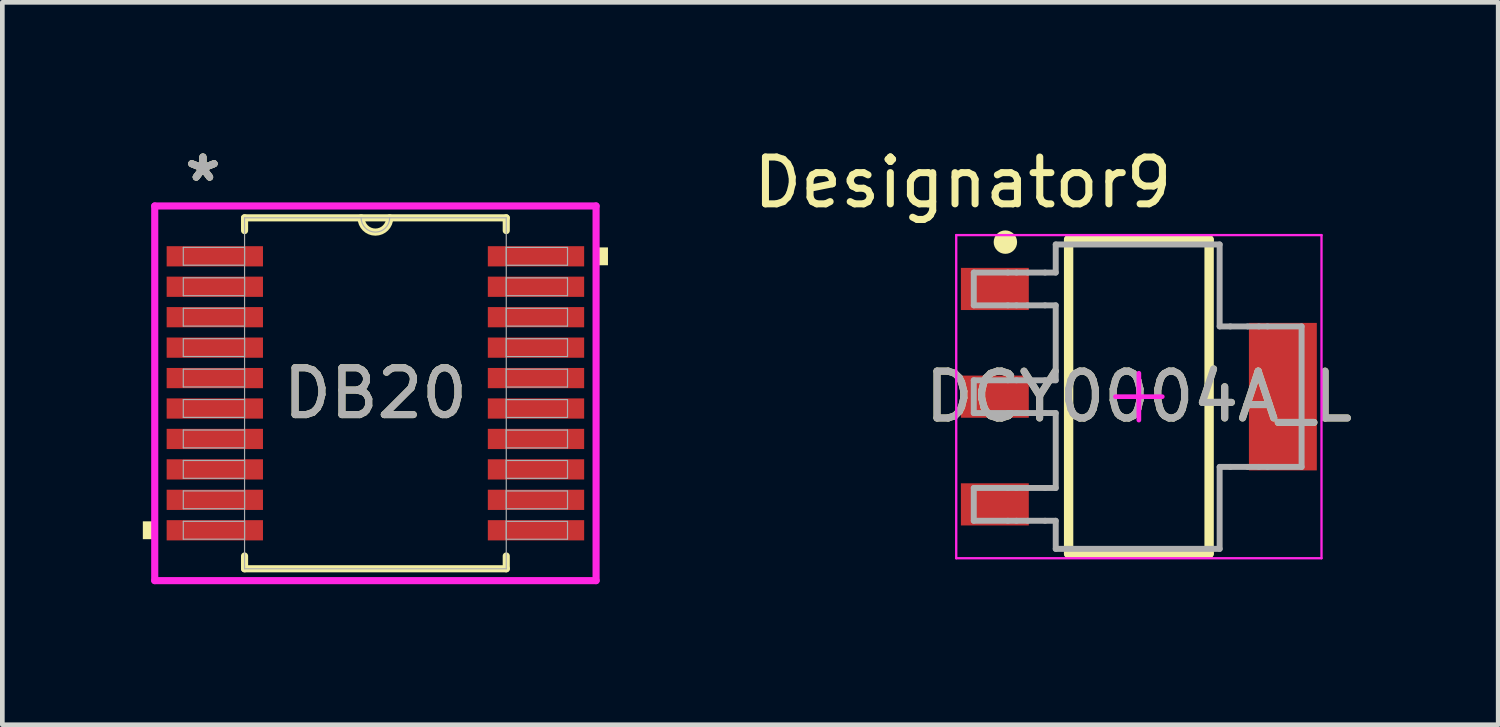
<source format=kicad_pcb>
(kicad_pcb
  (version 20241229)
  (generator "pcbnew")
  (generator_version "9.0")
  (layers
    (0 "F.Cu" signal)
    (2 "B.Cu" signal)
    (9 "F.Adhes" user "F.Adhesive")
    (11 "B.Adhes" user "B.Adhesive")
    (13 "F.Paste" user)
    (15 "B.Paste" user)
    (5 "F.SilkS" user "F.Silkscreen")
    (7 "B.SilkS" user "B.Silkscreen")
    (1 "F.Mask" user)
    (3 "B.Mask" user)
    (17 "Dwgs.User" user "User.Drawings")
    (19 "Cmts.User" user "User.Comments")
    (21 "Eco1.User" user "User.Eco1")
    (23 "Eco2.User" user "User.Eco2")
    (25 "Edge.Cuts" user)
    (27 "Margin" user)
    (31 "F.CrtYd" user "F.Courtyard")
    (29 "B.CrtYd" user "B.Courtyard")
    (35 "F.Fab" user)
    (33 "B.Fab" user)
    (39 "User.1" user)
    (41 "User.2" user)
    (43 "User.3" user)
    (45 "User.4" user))
  (footprint "DCY0004A_L"
    (layer "F.Cu")
    (at 21.268 5.42)
    (property "Reference" "DCY0004A_L" (at 0 0 0) (unlocked yes) (layer "F.SilkS") (effects (font (size 1 1) (thickness 0.15))))
    (attr smd)
    (fp_line (start -1.5 -3.35) (end 1.5 -3.35) (stroke (width 0.2) (type solid)) (layer "F.SilkS"))
    (fp_line (start -1.5 3.35) (end -1.5 -3.35) (stroke (width 0.2) (type solid)) (layer "F.SilkS"))
    (fp_line (start -1.5 3.35) (end 1.5 3.35) (stroke (width 0.2) (type solid)) (layer "F.SilkS"))
    (fp_line (start 1.5 3.35) (end 1.5 -3.35) (stroke (width 0.2) (type solid)) (layer "F.SilkS"))
    (fp_circle (center -2.85 -3.3) (end -2.725 -3.3) (stroke (width 0.25) (type solid)) (fill no) (layer "F.SilkS"))
    (fp_line (start -3.9 -3.45) (end 3.9 -3.45) (stroke (width 0.05) (type solid)) (layer "F.CrtYd"))
    (fp_line (start -3.9 3.45) (end -3.9 -3.45) (stroke (width 0.05) (type solid)) (layer "F.CrtYd"))
    (fp_line (start -3.9 3.45) (end 3.9 3.45) (stroke (width 0.05) (type solid)) (layer "F.CrtYd"))
    (fp_line (start -0.5 0) (end 0.5 0) (stroke (width 0.1) (type solid)) (layer "F.CrtYd"))
    (fp_line (start 0 0.5) (end 0 -0.5) (stroke (width 0.1) (type solid)) (layer "F.CrtYd"))
    (fp_line (start 3.9 3.45) (end 3.9 -3.45) (stroke (width 0.05) (type solid)) (layer "F.CrtYd"))
    (fp_line (start -3.525 -2.65) (end -2.797 -2.65) (stroke (width 0.127) (type solid)) (layer "F.Fab"))
    (fp_line (start -3.525 -1.95) (end -3.525 -2.65) (stroke (width 0.127) (type solid)) (layer "F.Fab"))
    (fp_line (start -3.525 -1.95) (end -2.797 -1.95) (stroke (width 0.127) (type solid)) (layer "F.Fab"))
    (fp_line (start -3.525 -0.35) (end -2.797 -0.35) (stroke (width 0.127) (type solid)) (layer "F.Fab"))
    (fp_line (start -3.525 0.35) (end -3.525 -0.35) (stroke (width 0.127) (type solid)) (layer "F.Fab"))
    (fp_line (start -3.525 0.35) (end -2.797 0.35) (stroke (width 0.127) (type solid)) (layer "F.Fab"))
    (fp_line (start -3.525 1.95) (end -2.797 1.95) (stroke (width 0.127) (type solid)) (layer "F.Fab"))
    (fp_line (start -3.525 2.65) (end -3.525 1.95) (stroke (width 0.127) (type solid)) (layer "F.Fab"))
    (fp_line (start -3.525 2.65) (end -2.797 2.65) (stroke (width 0.127) (type solid)) (layer "F.Fab"))
    (fp_line (start -2.797 -2.65) (end -2.612 -2.65) (stroke (width 0.127) (type solid)) (layer "F.Fab"))
    (fp_line (start -2.797 -1.95) (end -2.612 -1.95) (stroke (width 0.127) (type solid)) (layer "F.Fab"))
    (fp_line (start -2.797 -0.35) (end -2.612 -0.35) (stroke (width 0.127) (type solid)) (layer "F.Fab"))
    (fp_line (start -2.797 0.35) (end -2.612 0.35) (stroke (width 0.127) (type solid)) (layer "F.Fab"))
    (fp_line (start -2.797 1.95) (end -2.612 1.95) (stroke (width 0.127) (type solid)) (layer "F.Fab"))
    (fp_line (start -2.797 2.65) (end -2.612 2.65) (stroke (width 0.127) (type solid)) (layer "F.Fab"))
    (fp_line (start -2.612 -2.65) (end -2.374 -2.65) (stroke (width 0.127) (type solid)) (layer "F.Fab"))
    (fp_line (start -2.612 -1.95) (end -2.374 -1.95) (stroke (width 0.127) (type solid)) (layer "F.Fab"))
    (fp_line (start -2.612 -0.35) (end -2.374 -0.35) (stroke (width 0.127) (type solid)) (layer "F.Fab"))
    (fp_line (start -2.612 0.35) (end -2.374 0.35) (stroke (width 0.127) (type solid)) (layer "F.Fab"))
    (fp_line (start -2.612 1.95) (end -2.374 1.95) (stroke (width 0.127) (type solid)) (layer "F.Fab"))
    (fp_line (start -2.612 2.65) (end -2.374 2.65) (stroke (width 0.127) (type solid)) (layer "F.Fab"))
    (fp_line (start -2.374 -2.65) (end -2.003 -2.65) (stroke (width 0.127) (type solid)) (layer "F.Fab"))
    (fp_line (start -2.374 -1.95) (end -2.003 -1.95) (stroke (width 0.127) (type solid)) (layer "F.Fab"))
    (fp_line (start -2.374 -0.35) (end -2.003 -0.35) (stroke (width 0.127) (type solid)) (layer "F.Fab"))
    (fp_line (start -2.374 0.35) (end -2.003 0.35) (stroke (width 0.127) (type solid)) (layer "F.Fab"))
    (fp_line (start -2.374 1.95) (end -2.003 1.95) (stroke (width 0.127) (type solid)) (layer "F.Fab"))
    (fp_line (start -2.374 2.65) (end -2.003 2.65) (stroke (width 0.127) (type solid)) (layer "F.Fab"))
    (fp_line (start -2.003 -2.65) (end -1.775 -2.65) (stroke (width 0.127) (type solid)) (layer "F.Fab"))
    (fp_line (start -2.003 -1.95) (end -1.775 -1.95) (stroke (width 0.127) (type solid)) (layer "F.Fab"))
    (fp_line (start -2.003 -0.35) (end -1.775 -0.35) (stroke (width 0.127) (type solid)) (layer "F.Fab"))
    (fp_line (start -2.003 0.35) (end -1.775 0.35) (stroke (width 0.127) (type solid)) (layer "F.Fab"))
    (fp_line (start -2.003 1.95) (end -1.775 1.95) (stroke (width 0.127) (type solid)) (layer "F.Fab"))
    (fp_line (start -2.003 2.65) (end -1.775 2.65) (stroke (width 0.127) (type solid)) (layer "F.Fab"))
    (fp_line (start -1.775 -3.25) (end 1.725 -3.25) (stroke (width 0.127) (type solid)) (layer "F.Fab"))
    (fp_line (start -1.775 -2.65) (end -1.775 -3.25) (stroke (width 0.127) (type solid)) (layer "F.Fab"))
    (fp_line (start -1.775 -0.35) (end -1.775 -1.95) (stroke (width 0.127) (type solid)) (layer "F.Fab"))
    (fp_line (start -1.775 1.95) (end -1.775 0.35) (stroke (width 0.127) (type solid)) (layer "F.Fab"))
    (fp_line (start -1.775 3.25) (end -1.775 2.65) (stroke (width 0.127) (type solid)) (layer "F.Fab"))
    (fp_line (start -1.775 3.25) (end 1.725 3.25) (stroke (width 0.127) (type solid)) (layer "F.Fab"))
    (fp_line (start 1.725 -1.5) (end 1.725 -3.25) (stroke (width 0.127) (type solid)) (layer "F.Fab"))
    (fp_line (start 1.725 -1.5) (end 1.953 -1.5) (stroke (width 0.127) (type solid)) (layer "F.Fab"))
    (fp_line (start 1.725 1.5) (end 1.953 1.5) (stroke (width 0.127) (type solid)) (layer "F.Fab"))
    (fp_line (start 1.725 3.25) (end 1.725 1.5) (stroke (width 0.127) (type solid)) (layer "F.Fab"))
    (fp_line (start 1.953 -1.5) (end 2.324 -1.5) (stroke (width 0.127) (type solid)) (layer "F.Fab"))
    (fp_line (start 1.953 1.5) (end 2.324 1.5) (stroke (width 0.127) (type solid)) (layer "F.Fab"))
    (fp_line (start 2.324 -1.5) (end 2.562 -1.5) (stroke (width 0.127) (type solid)) (layer "F.Fab"))
    (fp_line (start 2.324 1.5) (end 2.562 1.5) (stroke (width 0.127) (type solid)) (layer "F.Fab"))
    (fp_line (start 2.562 -1.5) (end 2.747 -1.5) (stroke (width 0.127) (type solid)) (layer "F.Fab"))
    (fp_line (start 2.562 1.5) (end 2.747 1.5) (stroke (width 0.127) (type solid)) (layer "F.Fab"))
    (fp_line (start 2.747 -1.5) (end 3.475 -1.5) (stroke (width 0.127) (type solid)) (layer "F.Fab"))
    (fp_line (start 2.747 1.5) (end 3.475 1.5) (stroke (width 0.127) (type solid)) (layer "F.Fab"))
    (fp_line (start 3.475 1.5) (end 3.475 -1.5) (stroke (width 0.127) (type solid)) (layer "F.Fab"))
    (fp_text user "Designator9" (at -3.759 -4.572 0) (unlocked yes) (layer "F.SilkS") (effects (font (size 1 1) (thickness 0.15))))
    (fp_text user "${REFERENCE}" (at 0 0 0) (unlocked yes) (layer "F.Fab") (effects (font (size 1 1) (thickness 0.15))))
    (pad "1" smd rect (at -3.075 -2.3 90) (size 0.9 1.45) (layers "F.Cu" "F.Mask" "F.Paste"))
    (pad "2" smd rect (at -3.075 0 90) (size 0.9 1.45) (layers "F.Cu" "F.Mask" "F.Paste"))
    (pad "3" smd rect (at -3.075 2.3 90) (size 0.9 1.45) (layers "F.Cu" "F.Mask" "F.Paste"))
    (pad "4" smd rect (at 3.075 0 90) (size 3.15 1.45) (layers "F.Cu" "F.Mask" "F.Paste")))
  (footprint "DB20"
    (layer "F.Cu")
    (at 4.966 5.348)
    (property "Reference" "DB20" (at 0 0 0) (unlocked yes) (layer "F.SilkS") (effects (font (size 1 1) (thickness 0.15))))
    (attr smd)
    (fp_line (start -2.794 -3.747) (end -2.794 -3.474) (stroke (width 0.152) (type solid)) (layer "F.SilkS"))
    (fp_line (start -2.794 3.474) (end -2.794 3.747) (stroke (width 0.152) (type solid)) (layer "F.SilkS"))
    (fp_line (start -2.794 3.747) (end 2.794 3.747) (stroke (width 0.152) (type solid)) (layer "F.SilkS"))
    (fp_line (start 2.794 -3.747) (end -2.794 -3.747) (stroke (width 0.152) (type solid)) (layer "F.SilkS"))
    (fp_line (start 2.794 -3.474) (end 2.794 -3.747) (stroke (width 0.152) (type solid)) (layer "F.SilkS"))
    (fp_line (start 2.794 3.747) (end 2.794 3.474) (stroke (width 0.152) (type solid)) (layer "F.SilkS"))
    (fp_arc (start 0.3048 -3.7465) (mid 0 -3.4417) (end -0.3048 -3.7465) (stroke (width 0.1524) (type solid)) (layer "F.SilkS"))
    (fp_poly (pts (xy -4.966 2.734) (xy -4.966 3.115) (xy -4.712 3.115) (xy -4.712 2.734)) (stroke (width 0) (type solid)) (fill yes) (layer "F.SilkS"))
    (fp_poly (pts (xy 4.966 -3.115) (xy 4.966 -2.734) (xy 4.712 -2.734) (xy 4.712 -3.115)) (stroke (width 0) (type solid)) (fill yes) (layer "F.SilkS"))
    (fp_line (start -4.712 -4) (end 4.712 -4) (stroke (width 0.152) (type solid)) (layer "F.CrtYd"))
    (fp_line (start -4.712 4) (end -4.712 -4) (stroke (width 0.152) (type solid)) (layer "F.CrtYd"))
    (fp_line (start 4.712 -4) (end 4.712 4) (stroke (width 0.152) (type solid)) (layer "F.CrtYd"))
    (fp_line (start 4.712 4) (end -4.712 4) (stroke (width 0.152) (type solid)) (layer "F.CrtYd"))
    (fp_line (start -4.102 -3.116) (end -4.102 -2.735) (stroke (width 0.025) (type solid)) (layer "F.Fab"))
    (fp_line (start -4.102 -2.735) (end -2.794 -2.735) (stroke (width 0.025) (type solid)) (layer "F.Fab"))
    (fp_line (start -4.102 -2.466) (end -4.102 -2.084) (stroke (width 0.025) (type solid)) (layer "F.Fab"))
    (fp_line (start -4.102 -2.084) (end -2.794 -2.084) (stroke (width 0.025) (type solid)) (layer "F.Fab"))
    (fp_line (start -4.102 -1.816) (end -4.102 -1.435) (stroke (width 0.025) (type solid)) (layer "F.Fab"))
    (fp_line (start -4.102 -1.435) (end -2.794 -1.435) (stroke (width 0.025) (type solid)) (layer "F.Fab"))
    (fp_line (start -4.102 -1.166) (end -4.102 -0.785) (stroke (width 0.025) (type solid)) (layer "F.Fab"))
    (fp_line (start -4.102 -0.785) (end -2.794 -0.785) (stroke (width 0.025) (type solid)) (layer "F.Fab"))
    (fp_line (start -4.102 -0.516) (end -4.102 -0.135) (stroke (width 0.025) (type solid)) (layer "F.Fab"))
    (fp_line (start -4.102 -0.135) (end -2.794 -0.135) (stroke (width 0.025) (type solid)) (layer "F.Fab"))
    (fp_line (start -4.102 0.134) (end -4.102 0.515) (stroke (width 0.025) (type solid)) (layer "F.Fab"))
    (fp_line (start -4.102 0.515) (end -2.794 0.515) (stroke (width 0.025) (type solid)) (layer "F.Fab"))
    (fp_line (start -4.102 0.784) (end -4.102 1.165) (stroke (width 0.025) (type solid)) (layer "F.Fab"))
    (fp_line (start -4.102 1.165) (end -2.794 1.165) (stroke (width 0.025) (type solid)) (layer "F.Fab"))
    (fp_line (start -4.102 1.434) (end -4.102 1.815) (stroke (width 0.025) (type solid)) (layer "F.Fab"))
    (fp_line (start -4.102 1.815) (end -2.794 1.815) (stroke (width 0.025) (type solid)) (layer "F.Fab"))
    (fp_line (start -4.102 2.084) (end -4.102 2.465) (stroke (width 0.025) (type solid)) (layer "F.Fab"))
    (fp_line (start -4.102 2.465) (end -2.794 2.465) (stroke (width 0.025) (type solid)) (layer "F.Fab"))
    (fp_line (start -4.102 2.734) (end -4.102 3.115) (stroke (width 0.025) (type solid)) (layer "F.Fab"))
    (fp_line (start -4.102 3.115) (end -2.794 3.115) (stroke (width 0.025) (type solid)) (layer "F.Fab"))
    (fp_line (start -2.794 -3.747) (end -2.794 3.747) (stroke (width 0.025) (type solid)) (layer "F.Fab"))
    (fp_line (start -2.794 -3.116) (end -4.102 -3.116) (stroke (width 0.025) (type solid)) (layer "F.Fab"))
    (fp_line (start -2.794 -2.735) (end -2.794 -3.116) (stroke (width 0.025) (type solid)) (layer "F.Fab"))
    (fp_line (start -2.794 -2.466) (end -4.102 -2.466) (stroke (width 0.025) (type solid)) (layer "F.Fab"))
    (fp_line (start -2.794 -2.084) (end -2.794 -2.466) (stroke (width 0.025) (type solid)) (layer "F.Fab"))
    (fp_line (start -2.794 -1.816) (end -4.102 -1.816) (stroke (width 0.025) (type solid)) (layer "F.Fab"))
    (fp_line (start -2.794 -1.435) (end -2.794 -1.816) (stroke (width 0.025) (type solid)) (layer "F.Fab"))
    (fp_line (start -2.794 -1.166) (end -4.102 -1.166) (stroke (width 0.025) (type solid)) (layer "F.Fab"))
    (fp_line (start -2.794 -0.785) (end -2.794 -1.166) (stroke (width 0.025) (type solid)) (layer "F.Fab"))
    (fp_line (start -2.794 -0.516) (end -4.102 -0.516) (stroke (width 0.025) (type solid)) (layer "F.Fab"))
    (fp_line (start -2.794 -0.135) (end -2.794 -0.516) (stroke (width 0.025) (type solid)) (layer "F.Fab"))
    (fp_line (start -2.794 0.134) (end -4.102 0.134) (stroke (width 0.025) (type solid)) (layer "F.Fab"))
    (fp_line (start -2.794 0.515) (end -2.794 0.134) (stroke (width 0.025) (type solid)) (layer "F.Fab"))
    (fp_line (start -2.794 0.784) (end -4.102 0.784) (stroke (width 0.025) (type solid)) (layer "F.Fab"))
    (fp_line (start -2.794 1.165) (end -2.794 0.784) (stroke (width 0.025) (type solid)) (layer "F.Fab"))
    (fp_line (start -2.794 1.434) (end -4.102 1.434) (stroke (width 0.025) (type solid)) (layer "F.Fab"))
    (fp_line (start -2.794 1.815) (end -2.794 1.434) (stroke (width 0.025) (type solid)) (layer "F.Fab"))
    (fp_line (start -2.794 2.084) (end -4.102 2.084) (stroke (width 0.025) (type solid)) (layer "F.Fab"))
    (fp_line (start -2.794 2.465) (end -2.794 2.084) (stroke (width 0.025) (type solid)) (layer "F.Fab"))
    (fp_line (start -2.794 2.734) (end -4.102 2.734) (stroke (width 0.025) (type solid)) (layer "F.Fab"))
    (fp_line (start -2.794 3.115) (end -2.794 2.734) (stroke (width 0.025) (type solid)) (layer "F.Fab"))
    (fp_line (start -2.794 3.747) (end 2.794 3.747) (stroke (width 0.025) (type solid)) (layer "F.Fab"))
    (fp_line (start 2.794 -3.747) (end -2.794 -3.747) (stroke (width 0.025) (type solid)) (layer "F.Fab"))
    (fp_line (start 2.794 -3.115) (end 2.794 -2.734) (stroke (width 0.025) (type solid)) (layer "F.Fab"))
    (fp_line (start 2.794 -2.734) (end 4.102 -2.734) (stroke (width 0.025) (type solid)) (layer "F.Fab"))
    (fp_line (start 2.794 -2.465) (end 2.794 -2.084) (stroke (width 0.025) (type solid)) (layer "F.Fab"))
    (fp_line (start 2.794 -2.084) (end 4.102 -2.084) (stroke (width 0.025) (type solid)) (layer "F.Fab"))
    (fp_line (start 2.794 -1.815) (end 2.794 -1.434) (stroke (width 0.025) (type solid)) (layer "F.Fab"))
    (fp_line (start 2.794 -1.434) (end 4.102 -1.434) (stroke (width 0.025) (type solid)) (layer "F.Fab"))
    (fp_line (start 2.794 -1.165) (end 2.794 -0.784) (stroke (width 0.025) (type solid)) (layer "F.Fab"))
    (fp_line (start 2.794 -0.784) (end 4.102 -0.784) (stroke (width 0.025) (type solid)) (layer "F.Fab"))
    (fp_line (start 2.794 -0.515) (end 2.794 -0.134) (stroke (width 0.025) (type solid)) (layer "F.Fab"))
    (fp_line (start 2.794 -0.134) (end 4.102 -0.134) (stroke (width 0.025) (type solid)) (layer "F.Fab"))
    (fp_line (start 2.794 0.135) (end 2.794 0.516) (stroke (width 0.025) (type solid)) (layer "F.Fab"))
    (fp_line (start 2.794 0.516) (end 4.102 0.516) (stroke (width 0.025) (type solid)) (layer "F.Fab"))
    (fp_line (start 2.794 0.785) (end 2.794 1.166) (stroke (width 0.025) (type solid)) (layer "F.Fab"))
    (fp_line (start 2.794 1.166) (end 4.102 1.166) (stroke (width 0.025) (type solid)) (layer "F.Fab"))
    (fp_line (start 2.794 1.435) (end 2.794 1.816) (stroke (width 0.025) (type solid)) (layer "F.Fab"))
    (fp_line (start 2.794 1.816) (end 4.102 1.816) (stroke (width 0.025) (type solid)) (layer "F.Fab"))
    (fp_line (start 2.794 2.085) (end 2.794 2.466) (stroke (width 0.025) (type solid)) (layer "F.Fab"))
    (fp_line (start 2.794 2.466) (end 4.102 2.466) (stroke (width 0.025) (type solid)) (layer "F.Fab"))
    (fp_line (start 2.794 2.735) (end 2.794 3.116) (stroke (width 0.025) (type solid)) (layer "F.Fab"))
    (fp_line (start 2.794 3.116) (end 4.102 3.116) (stroke (width 0.025) (type solid)) (layer "F.Fab"))
    (fp_line (start 2.794 3.747) (end 2.794 -3.747) (stroke (width 0.025) (type solid)) (layer "F.Fab"))
    (fp_line (start 4.102 -3.115) (end 2.794 -3.115) (stroke (width 0.025) (type solid)) (layer "F.Fab"))
    (fp_line (start 4.102 -2.734) (end 4.102 -3.115) (stroke (width 0.025) (type solid)) (layer "F.Fab"))
    (fp_line (start 4.102 -2.465) (end 2.794 -2.465) (stroke (width 0.025) (type solid)) (layer "F.Fab"))
    (fp_line (start 4.102 -2.084) (end 4.102 -2.465) (stroke (width 0.025) (type solid)) (layer "F.Fab"))
    (fp_line (start 4.102 -1.815) (end 2.794 -1.815) (stroke (width 0.025) (type solid)) (layer "F.Fab"))
    (fp_line (start 4.102 -1.434) (end 4.102 -1.815) (stroke (width 0.025) (type solid)) (layer "F.Fab"))
    (fp_line (start 4.102 -1.165) (end 2.794 -1.165) (stroke (width 0.025) (type solid)) (layer "F.Fab"))
    (fp_line (start 4.102 -0.784) (end 4.102 -1.165) (stroke (width 0.025) (type solid)) (layer "F.Fab"))
    (fp_line (start 4.102 -0.515) (end 2.794 -0.515) (stroke (width 0.025) (type solid)) (layer "F.Fab"))
    (fp_line (start 4.102 -0.134) (end 4.102 -0.515) (stroke (width 0.025) (type solid)) (layer "F.Fab"))
    (fp_line (start 4.102 0.135) (end 2.794 0.135) (stroke (width 0.025) (type solid)) (layer "F.Fab"))
    (fp_line (start 4.102 0.516) (end 4.102 0.135) (stroke (width 0.025) (type solid)) (layer "F.Fab"))
    (fp_line (start 4.102 0.785) (end 2.794 0.785) (stroke (width 0.025) (type solid)) (layer "F.Fab"))
    (fp_line (start 4.102 1.166) (end 4.102 0.785) (stroke (width 0.025) (type solid)) (layer "F.Fab"))
    (fp_line (start 4.102 1.435) (end 2.794 1.435) (stroke (width 0.025) (type solid)) (layer "F.Fab"))
    (fp_line (start 4.102 1.816) (end 4.102 1.435) (stroke (width 0.025) (type solid)) (layer "F.Fab"))
    (fp_line (start 4.102 2.085) (end 2.794 2.085) (stroke (width 0.025) (type solid)) (layer "F.Fab"))
    (fp_line (start 4.102 2.466) (end 4.102 2.085) (stroke (width 0.025) (type solid)) (layer "F.Fab"))
    (fp_line (start 4.102 2.735) (end 2.794 2.735) (stroke (width 0.025) (type solid)) (layer "F.Fab"))
    (fp_line (start 4.102 3.116) (end 4.102 2.735) (stroke (width 0.025) (type solid)) (layer "F.Fab"))
    (fp_arc (start 0.3048 -3.7465) (mid 0 -3.4417) (end -0.3048 -3.7465) (stroke (width 0.0254) (type solid)) (layer "F.Fab"))
    (fp_text user "*" (at -3.683 -4.5 0) (unlocked yes) (layer "F.SilkS") (effects (font (size 1 1) (thickness 0.15))))
    (fp_text user "*" (at -3.683 -4.5 0) (layer "F.SilkS") (effects (font (size 1 1) (thickness 0.15))))
    (fp_text user "${REFERENCE}" (at 0 0 0) (unlocked yes) (layer "F.Fab") (effects (font (size 1 1) (thickness 0.15))))
    (fp_text user "*" (at -3.683 -4.5 0) (unlocked yes) (layer "F.Fab") (effects (font (size 1 1) (thickness 0.15))))
    (fp_text user "*" (at -3.683 -4.5 0) (layer "F.Fab") (effects (font (size 1 1) (thickness 0.15))))
    (pad "1" smd rect (at -3.429 -2.925) (size 2.057 0.432) (layers "F.Cu" "F.Mask" "F.Paste"))
    (pad "2" smd rect (at -3.429 -2.275) (size 2.057 0.432) (layers "F.Cu" "F.Mask" "F.Paste"))
    (pad "3" smd rect (at -3.429 -1.625) (size 2.057 0.432) (layers "F.Cu" "F.Mask" "F.Paste"))
    (pad "4" smd rect (at -3.429 -0.975) (size 2.057 0.432) (layers "F.Cu" "F.Mask" "F.Paste"))
    (pad "5" smd rect (at -3.429 -0.325) (size 2.057 0.432) (layers "F.Cu" "F.Mask" "F.Paste"))
    (pad "6" smd rect (at -3.429 0.325) (size 2.057 0.432) (layers "F.Cu" "F.Mask" "F.Paste"))
    (pad "7" smd rect (at -3.429 0.975) (size 2.057 0.432) (layers "F.Cu" "F.Mask" "F.Paste"))
    (pad "8" smd rect (at -3.429 1.625) (size 2.057 0.432) (layers "F.Cu" "F.Mask" "F.Paste"))
    (pad "9" smd rect (at -3.429 2.275) (size 2.057 0.432) (layers "F.Cu" "F.Mask" "F.Paste"))
    (pad "10" smd rect (at -3.429 2.925) (size 2.057 0.432) (layers "F.Cu" "F.Mask" "F.Paste"))
    (pad "11" smd rect (at 3.429 2.925) (size 2.057 0.432) (layers "F.Cu" "F.Mask" "F.Paste"))
    (pad "12" smd rect (at 3.429 2.275) (size 2.057 0.432) (layers "F.Cu" "F.Mask" "F.Paste"))
    (pad "13" smd rect (at 3.429 1.625) (size 2.057 0.432) (layers "F.Cu" "F.Mask" "F.Paste"))
    (pad "14" smd rect (at 3.429 0.975) (size 2.057 0.432) (layers "F.Cu" "F.Mask" "F.Paste"))
    (pad "15" smd rect (at 3.429 0.325) (size 2.057 0.432) (layers "F.Cu" "F.Mask" "F.Paste"))
    (pad "16" smd rect (at 3.429 -0.325) (size 2.057 0.432) (layers "F.Cu" "F.Mask" "F.Paste"))
    (pad "17" smd rect (at 3.429 -0.975) (size 2.057 0.432) (layers "F.Cu" "F.Mask" "F.Paste"))
    (pad "18" smd rect (at 3.429 -1.625) (size 2.057 0.432) (layers "F.Cu" "F.Mask" "F.Paste"))
    (pad "19" smd rect (at 3.429 -2.275) (size 2.057 0.432) (layers "F.Cu" "F.Mask" "F.Paste"))
    (pad "20" smd rect (at 3.429 -2.925) (size 2.057 0.432) (layers "F.Cu" "F.Mask" "F.Paste")))
  (gr_rect
    (start -3 -3)
    (end 28.941 12.425)
    (stroke (width 0.1) (type default))
    (fill no)
    (layer "Edge.Cuts")))
</source>
